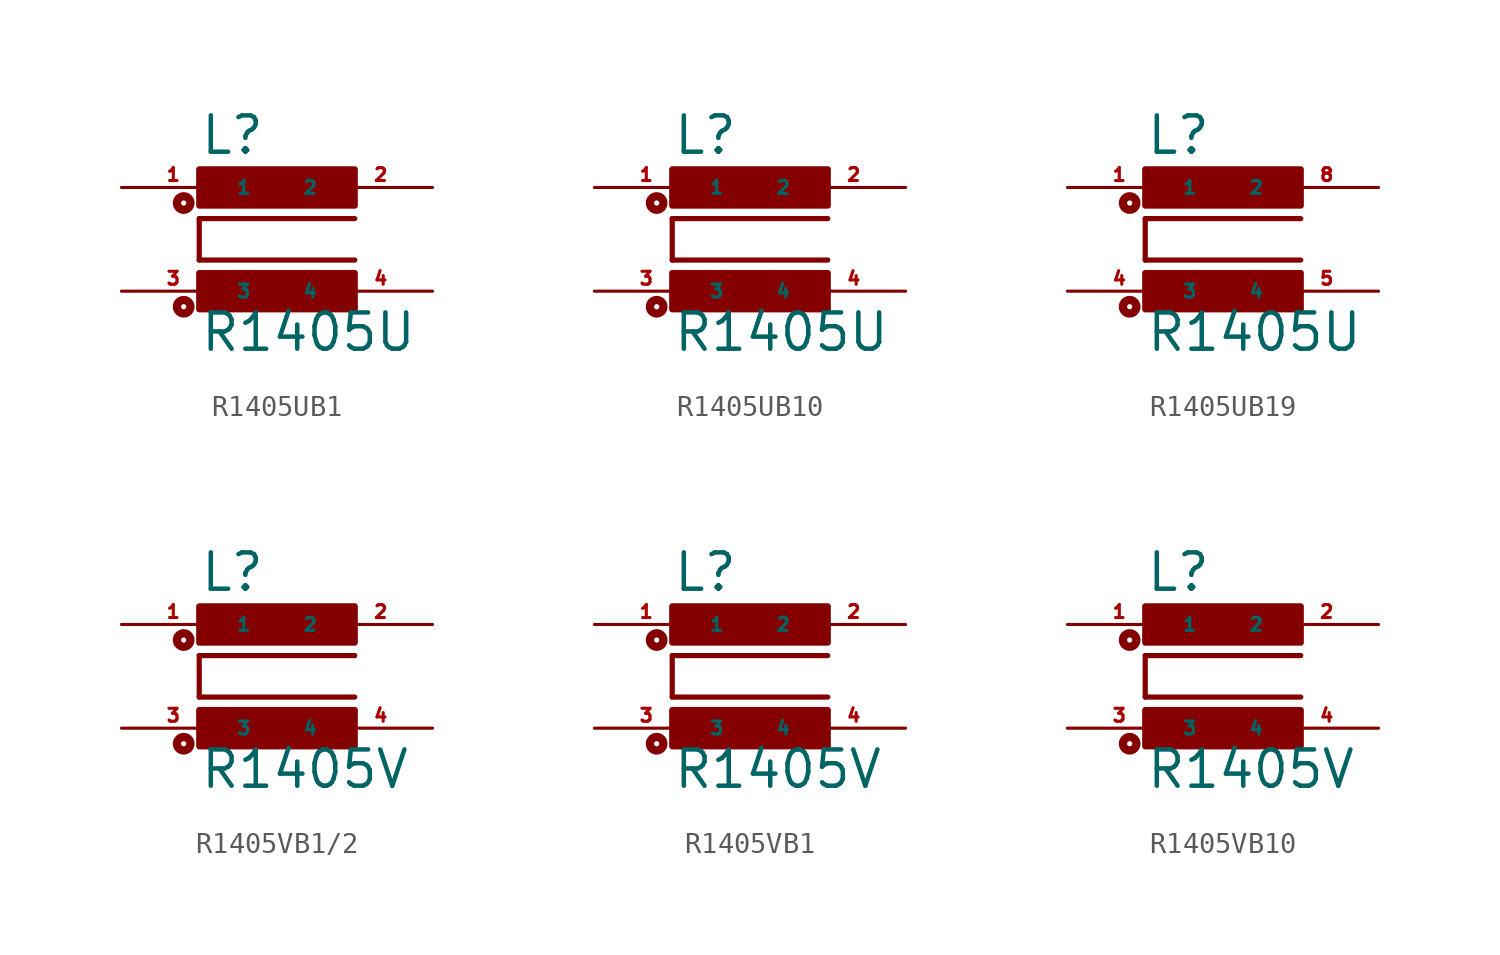
<source format=kicad_sym>
(kicad_symbol_lib
  (version 20220914)
  (generator Eagle2Kicad)
  (symbol "R1405UB1"
    (property "Reference" "L"
      (at -3.81 4.064 0)
      (effects (font (size 1.778 1.778) (thickness 0.22)) (justify left bottom)))
    (property "Value" "R1405U"
      (at -3.81 -5.588 0)
      (effects (font (size 1.778 1.778) (thickness 0.22)) (justify left bottom)))
    (polyline
      (pts (xy 3.81 1.016) (xy -3.81 1.016))
      (stroke (width 0.254) (type default))
      (fill (type none)))
    (polyline
      (pts (xy -3.81 -1.016) (xy -3.81 1.016))
      (stroke (width 0.254) (type default))
      (fill (type none)))
    (polyline
      (pts (xy -3.81 -1.016) (xy 3.81 -1.016))
      (stroke (width 0.254) (type default))
      (fill (type none)))
    (circle
      (center -4.572 -3.302)
      (radius 0.127)
      (stroke (width 0.406) (type default))
      (fill (type none)))
    (circle
      (center -4.572 1.778)
      (radius 0.127)
      (stroke (width 0.406) (type default))
      (fill (type none)))
    (rectangle
      (start -3.81 1.651)
      (end 3.81 3.429)
      (stroke (width 0.3) (type default))
      (fill (type outline)))
    (rectangle
      (start -3.81 -3.429)
      (end 3.81 -1.651)
      (stroke (width 0.3) (type default))
      (fill (type outline)))
    (pin passive line
      (at 7.62 2.54 180)
      (length 5.08)
      (name "2" (effects (font (size 0.635 0.635) (thickness 0.08)) (justify left bottom)))
      (number "2" (effects (font (size 0.635 0.635) (thickness 0.08)) (justify left bottom))))
    (pin passive line
      (at -7.62 2.54 0)
      (length 5.08)
      (name "1" (effects (font (size 0.635 0.635) (thickness 0.08)) (justify left bottom)))
      (number "1" (effects (font (size 0.635 0.635) (thickness 0.08)) (justify left bottom))))
    (pin passive line
      (at -7.62 -2.54 0)
      (length 5.08)
      (name "3" (effects (font (size 0.635 0.635) (thickness 0.08)) (justify left bottom)))
      (number "3" (effects (font (size 0.635 0.635) (thickness 0.08)) (justify left bottom))))
    (pin passive line
      (at 7.62 -2.54 180)
      (length 5.08)
      (name "4" (effects (font (size 0.635 0.635) (thickness 0.08)) (justify left bottom)))
      (number "4" (effects (font (size 0.635 0.635) (thickness 0.08)) (justify left bottom)))))
  (symbol "R1405UB10"
    (property "Reference" "L"
      (at -3.81 4.064 0)
      (effects (font (size 1.778 1.778) (thickness 0.22)) (justify left bottom)))
    (property "Value" "R1405U"
      (at -3.81 -5.588 0)
      (effects (font (size 1.778 1.778) (thickness 0.22)) (justify left bottom)))
    (polyline
      (pts (xy 3.81 1.016) (xy -3.81 1.016))
      (stroke (width 0.254) (type default))
      (fill (type none)))
    (polyline
      (pts (xy -3.81 -1.016) (xy -3.81 1.016))
      (stroke (width 0.254) (type default))
      (fill (type none)))
    (polyline
      (pts (xy -3.81 -1.016) (xy 3.81 -1.016))
      (stroke (width 0.254) (type default))
      (fill (type none)))
    (circle
      (center -4.572 -3.302)
      (radius 0.127)
      (stroke (width 0.406) (type default))
      (fill (type none)))
    (circle
      (center -4.572 1.778)
      (radius 0.127)
      (stroke (width 0.406) (type default))
      (fill (type none)))
    (rectangle
      (start -3.81 1.651)
      (end 3.81 3.429)
      (stroke (width 0.3) (type default))
      (fill (type outline)))
    (rectangle
      (start -3.81 -3.429)
      (end 3.81 -1.651)
      (stroke (width 0.3) (type default))
      (fill (type outline)))
    (pin passive line
      (at 7.62 2.54 180)
      (length 5.08)
      (name "2" (effects (font (size 0.635 0.635) (thickness 0.08)) (justify left bottom)))
      (number "2" (effects (font (size 0.635 0.635) (thickness 0.08)) (justify left bottom))))
    (pin passive line
      (at -7.62 2.54 0)
      (length 5.08)
      (name "1" (effects (font (size 0.635 0.635) (thickness 0.08)) (justify left bottom)))
      (number "1" (effects (font (size 0.635 0.635) (thickness 0.08)) (justify left bottom))))
    (pin passive line
      (at -7.62 -2.54 0)
      (length 5.08)
      (name "3" (effects (font (size 0.635 0.635) (thickness 0.08)) (justify left bottom)))
      (number "3" (effects (font (size 0.635 0.635) (thickness 0.08)) (justify left bottom))))
    (pin passive line
      (at 7.62 -2.54 180)
      (length 5.08)
      (name "4" (effects (font (size 0.635 0.635) (thickness 0.08)) (justify left bottom)))
      (number "4" (effects (font (size 0.635 0.635) (thickness 0.08)) (justify left bottom)))))
  (symbol "R1405UB19"
    (property "Reference" "L"
      (at -3.81 4.064 0)
      (effects (font (size 1.778 1.778) (thickness 0.22)) (justify left bottom)))
    (property "Value" "R1405U"
      (at -3.81 -5.588 0)
      (effects (font (size 1.778 1.778) (thickness 0.22)) (justify left bottom)))
    (polyline
      (pts (xy 3.81 1.016) (xy -3.81 1.016))
      (stroke (width 0.254) (type default))
      (fill (type none)))
    (polyline
      (pts (xy -3.81 -1.016) (xy -3.81 1.016))
      (stroke (width 0.254) (type default))
      (fill (type none)))
    (polyline
      (pts (xy -3.81 -1.016) (xy 3.81 -1.016))
      (stroke (width 0.254) (type default))
      (fill (type none)))
    (circle
      (center -4.572 -3.302)
      (radius 0.127)
      (stroke (width 0.406) (type default))
      (fill (type none)))
    (circle
      (center -4.572 1.778)
      (radius 0.127)
      (stroke (width 0.406) (type default))
      (fill (type none)))
    (rectangle
      (start -3.81 1.651)
      (end 3.81 3.429)
      (stroke (width 0.3) (type default))
      (fill (type outline)))
    (rectangle
      (start -3.81 -3.429)
      (end 3.81 -1.651)
      (stroke (width 0.3) (type default))
      (fill (type outline)))
    (pin passive line
      (at 7.62 2.54 180)
      (length 5.08)
      (name "2" (effects (font (size 0.635 0.635) (thickness 0.08)) (justify left bottom)))
      (number "8" (effects (font (size 0.635 0.635) (thickness 0.08)) (justify left bottom))))
    (pin passive line
      (at -7.62 2.54 0)
      (length 5.08)
      (name "1" (effects (font (size 0.635 0.635) (thickness 0.08)) (justify left bottom)))
      (number "1" (effects (font (size 0.635 0.635) (thickness 0.08)) (justify left bottom))))
    (pin passive line
      (at -7.62 -2.54 0)
      (length 5.08)
      (name "3" (effects (font (size 0.635 0.635) (thickness 0.08)) (justify left bottom)))
      (number "4" (effects (font (size 0.635 0.635) (thickness 0.08)) (justify left bottom))))
    (pin passive line
      (at 7.62 -2.54 180)
      (length 5.08)
      (name "4" (effects (font (size 0.635 0.635) (thickness 0.08)) (justify left bottom)))
      (number "5" (effects (font (size 0.635 0.635) (thickness 0.08)) (justify left bottom)))))
  (symbol "R1405VB1/2"
    (property "Reference" "L"
      (at -3.81 4.064 0)
      (effects (font (size 1.778 1.778) (thickness 0.22)) (justify left bottom)))
    (property "Value" "R1405V"
      (at -3.81 -5.588 0)
      (effects (font (size 1.778 1.778) (thickness 0.22)) (justify left bottom)))
    (polyline
      (pts (xy 3.81 1.016) (xy -3.81 1.016))
      (stroke (width 0.254) (type default))
      (fill (type none)))
    (polyline
      (pts (xy -3.81 -1.016) (xy -3.81 1.016))
      (stroke (width 0.254) (type default))
      (fill (type none)))
    (polyline
      (pts (xy -3.81 -1.016) (xy 3.81 -1.016))
      (stroke (width 0.254) (type default))
      (fill (type none)))
    (circle
      (center -4.572 -3.302)
      (radius 0.127)
      (stroke (width 0.406) (type default))
      (fill (type none)))
    (circle
      (center -4.572 1.778)
      (radius 0.127)
      (stroke (width 0.406) (type default))
      (fill (type none)))
    (rectangle
      (start -3.81 1.651)
      (end 3.81 3.429)
      (stroke (width 0.3) (type default))
      (fill (type outline)))
    (rectangle
      (start -3.81 -3.429)
      (end 3.81 -1.651)
      (stroke (width 0.3) (type default))
      (fill (type outline)))
    (pin passive line
      (at 7.62 2.54 180)
      (length 5.08)
      (name "2" (effects (font (size 0.635 0.635) (thickness 0.08)) (justify left bottom)))
      (number "2" (effects (font (size 0.635 0.635) (thickness 0.08)) (justify left bottom))))
    (pin passive line
      (at -7.62 2.54 0)
      (length 5.08)
      (name "1" (effects (font (size 0.635 0.635) (thickness 0.08)) (justify left bottom)))
      (number "1" (effects (font (size 0.635 0.635) (thickness 0.08)) (justify left bottom))))
    (pin passive line
      (at -7.62 -2.54 0)
      (length 5.08)
      (name "3" (effects (font (size 0.635 0.635) (thickness 0.08)) (justify left bottom)))
      (number "3" (effects (font (size 0.635 0.635) (thickness 0.08)) (justify left bottom))))
    (pin passive line
      (at 7.62 -2.54 180)
      (length 5.08)
      (name "4" (effects (font (size 0.635 0.635) (thickness 0.08)) (justify left bottom)))
      (number "4" (effects (font (size 0.635 0.635) (thickness 0.08)) (justify left bottom)))))
  (symbol "R1405VB1"
    (property "Reference" "L"
      (at -3.81 4.064 0)
      (effects (font (size 1.778 1.778) (thickness 0.22)) (justify left bottom)))
    (property "Value" "R1405V"
      (at -3.81 -5.588 0)
      (effects (font (size 1.778 1.778) (thickness 0.22)) (justify left bottom)))
    (polyline
      (pts (xy 3.81 1.016) (xy -3.81 1.016))
      (stroke (width 0.254) (type default))
      (fill (type none)))
    (polyline
      (pts (xy -3.81 -1.016) (xy -3.81 1.016))
      (stroke (width 0.254) (type default))
      (fill (type none)))
    (polyline
      (pts (xy -3.81 -1.016) (xy 3.81 -1.016))
      (stroke (width 0.254) (type default))
      (fill (type none)))
    (circle
      (center -4.572 -3.302)
      (radius 0.127)
      (stroke (width 0.406) (type default))
      (fill (type none)))
    (circle
      (center -4.572 1.778)
      (radius 0.127)
      (stroke (width 0.406) (type default))
      (fill (type none)))
    (rectangle
      (start -3.81 1.651)
      (end 3.81 3.429)
      (stroke (width 0.3) (type default))
      (fill (type outline)))
    (rectangle
      (start -3.81 -3.429)
      (end 3.81 -1.651)
      (stroke (width 0.3) (type default))
      (fill (type outline)))
    (pin passive line
      (at 7.62 2.54 180)
      (length 5.08)
      (name "2" (effects (font (size 0.635 0.635) (thickness 0.08)) (justify left bottom)))
      (number "2" (effects (font (size 0.635 0.635) (thickness 0.08)) (justify left bottom))))
    (pin passive line
      (at -7.62 2.54 0)
      (length 5.08)
      (name "1" (effects (font (size 0.635 0.635) (thickness 0.08)) (justify left bottom)))
      (number "1" (effects (font (size 0.635 0.635) (thickness 0.08)) (justify left bottom))))
    (pin passive line
      (at -7.62 -2.54 0)
      (length 5.08)
      (name "3" (effects (font (size 0.635 0.635) (thickness 0.08)) (justify left bottom)))
      (number "3" (effects (font (size 0.635 0.635) (thickness 0.08)) (justify left bottom))))
    (pin passive line
      (at 7.62 -2.54 180)
      (length 5.08)
      (name "4" (effects (font (size 0.635 0.635) (thickness 0.08)) (justify left bottom)))
      (number "4" (effects (font (size 0.635 0.635) (thickness 0.08)) (justify left bottom)))))
  (symbol "R1405VB10"
    (property "Reference" "L"
      (at -3.81 4.064 0)
      (effects (font (size 1.778 1.778) (thickness 0.22)) (justify left bottom)))
    (property "Value" "R1405V"
      (at -3.81 -5.588 0)
      (effects (font (size 1.778 1.778) (thickness 0.22)) (justify left bottom)))
    (polyline
      (pts (xy 3.81 1.016) (xy -3.81 1.016))
      (stroke (width 0.254) (type default))
      (fill (type none)))
    (polyline
      (pts (xy -3.81 -1.016) (xy -3.81 1.016))
      (stroke (width 0.254) (type default))
      (fill (type none)))
    (polyline
      (pts (xy -3.81 -1.016) (xy 3.81 -1.016))
      (stroke (width 0.254) (type default))
      (fill (type none)))
    (circle
      (center -4.572 -3.302)
      (radius 0.127)
      (stroke (width 0.406) (type default))
      (fill (type none)))
    (circle
      (center -4.572 1.778)
      (radius 0.127)
      (stroke (width 0.406) (type default))
      (fill (type none)))
    (rectangle
      (start -3.81 1.651)
      (end 3.81 3.429)
      (stroke (width 0.3) (type default))
      (fill (type outline)))
    (rectangle
      (start -3.81 -3.429)
      (end 3.81 -1.651)
      (stroke (width 0.3) (type default))
      (fill (type outline)))
    (pin passive line
      (at 7.62 2.54 180)
      (length 5.08)
      (name "2" (effects (font (size 0.635 0.635) (thickness 0.08)) (justify left bottom)))
      (number "2" (effects (font (size 0.635 0.635) (thickness 0.08)) (justify left bottom))))
    (pin passive line
      (at -7.62 2.54 0)
      (length 5.08)
      (name "1" (effects (font (size 0.635 0.635) (thickness 0.08)) (justify left bottom)))
      (number "1" (effects (font (size 0.635 0.635) (thickness 0.08)) (justify left bottom))))
    (pin passive line
      (at -7.62 -2.54 0)
      (length 5.08)
      (name "3" (effects (font (size 0.635 0.635) (thickness 0.08)) (justify left bottom)))
      (number "3" (effects (font (size 0.635 0.635) (thickness 0.08)) (justify left bottom))))
    (pin passive line
      (at 7.62 -2.54 180)
      (length 5.08)
      (name "4" (effects (font (size 0.635 0.635) (thickness 0.08)) (justify left bottom)))
      (number "4" (effects (font (size 0.635 0.635) (thickness 0.08)) (justify left bottom))))))
</source>
